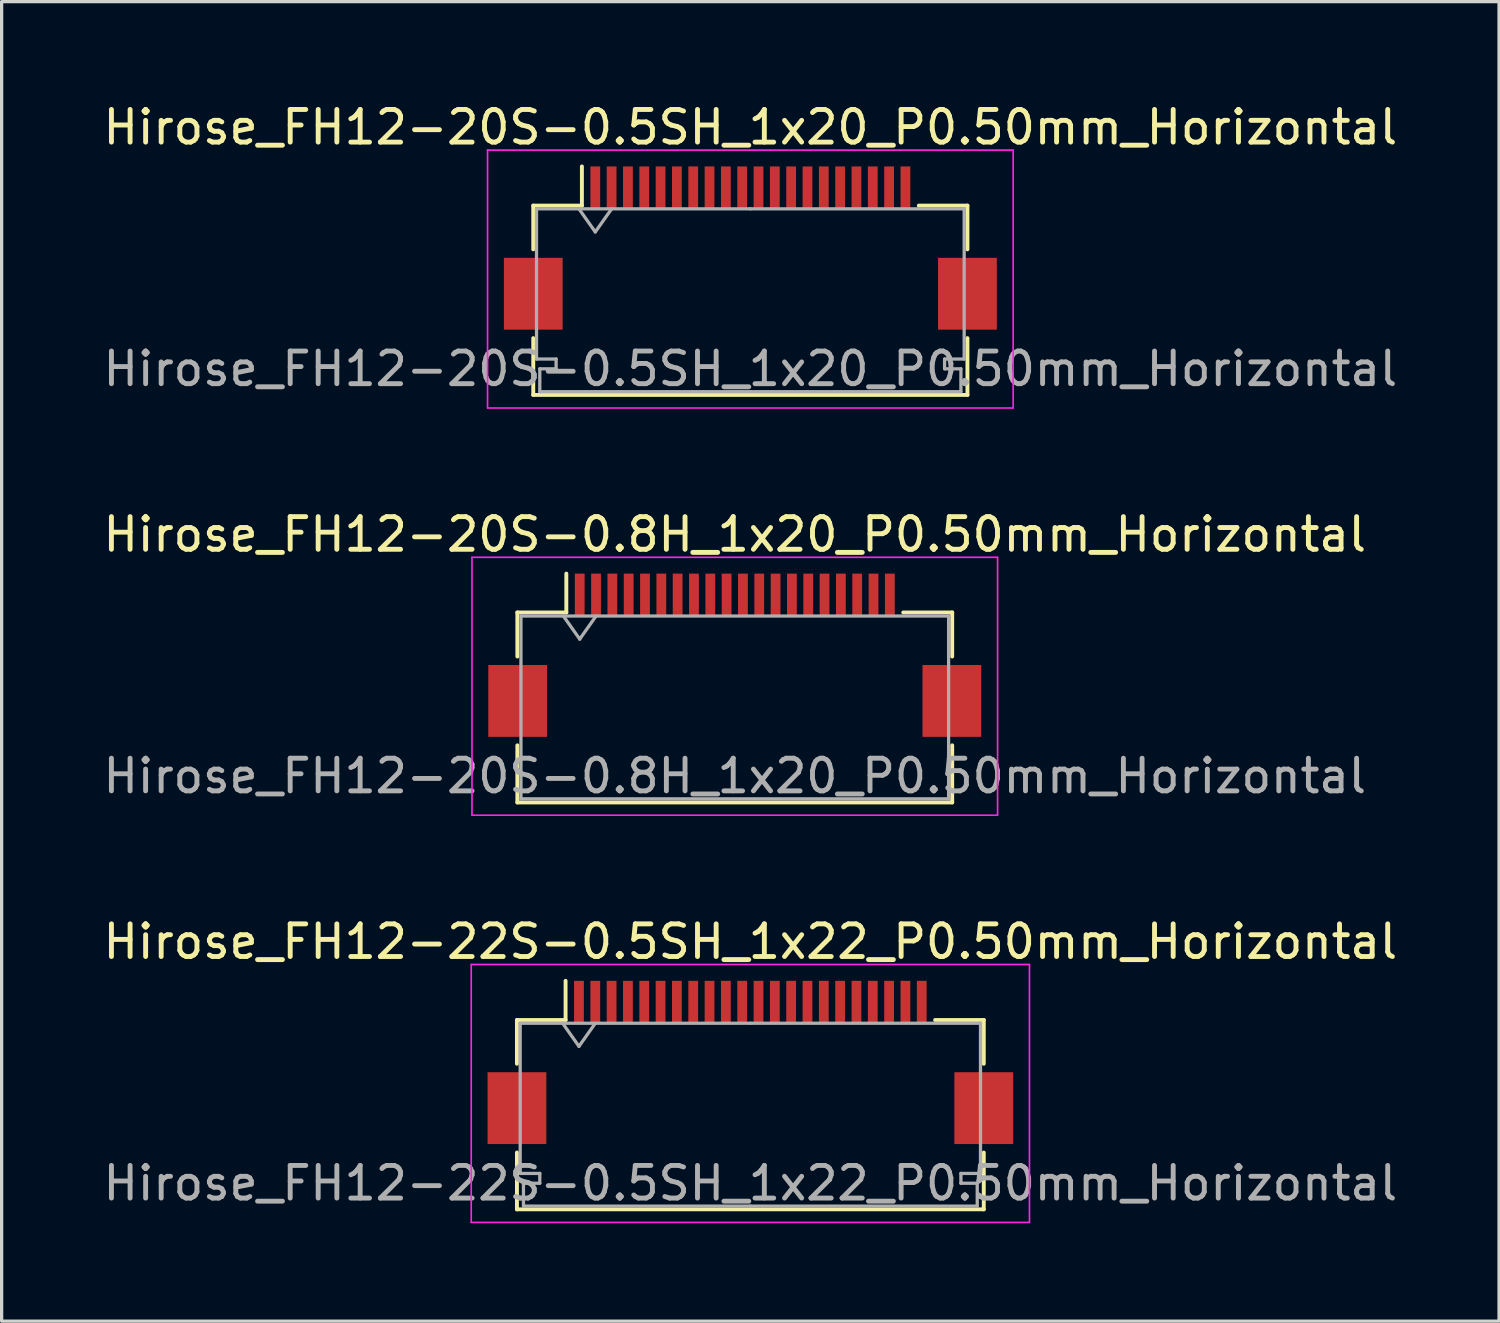
<source format=kicad_pcb>
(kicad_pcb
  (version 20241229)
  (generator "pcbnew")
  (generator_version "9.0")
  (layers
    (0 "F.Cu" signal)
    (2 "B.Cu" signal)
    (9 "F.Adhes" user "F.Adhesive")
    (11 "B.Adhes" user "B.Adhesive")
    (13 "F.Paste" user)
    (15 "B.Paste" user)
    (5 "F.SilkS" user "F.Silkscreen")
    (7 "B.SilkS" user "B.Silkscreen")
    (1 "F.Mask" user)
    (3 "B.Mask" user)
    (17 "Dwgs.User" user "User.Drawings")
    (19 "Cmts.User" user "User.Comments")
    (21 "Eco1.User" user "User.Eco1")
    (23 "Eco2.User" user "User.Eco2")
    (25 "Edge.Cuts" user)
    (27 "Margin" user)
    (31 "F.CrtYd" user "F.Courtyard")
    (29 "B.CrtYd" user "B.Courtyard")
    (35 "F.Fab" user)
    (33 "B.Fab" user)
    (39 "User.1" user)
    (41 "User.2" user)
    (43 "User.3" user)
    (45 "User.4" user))
  (footprint "Hirose_FH12-20S-0.8H_1x20_P0.50mm_Horizontal"
    (layer "F.Cu")
    (at 19.458 17.021)
    (property "Reference" "Hirose_FH12-20S-0.8H_1x20_P0.50mm_Horizontal" (at 0 -3.7 0) (layer "F.SilkS") (effects (font (size 1 1) (thickness 0.15))))
    (attr smd)
    (fp_line (start -6.66 -1.31) (end -5.16 -1.31) (stroke (width 0.12) (type solid)) (layer "F.SilkS"))
    (fp_line (start -6.66 0.04) (end -6.66 -1.31) (stroke (width 0.12) (type solid)) (layer "F.SilkS"))
    (fp_line (start -6.66 2.76) (end -6.66 4.51) (stroke (width 0.12) (type solid)) (layer "F.SilkS"))
    (fp_line (start -6.66 4.51) (end 6.66 4.51) (stroke (width 0.12) (type solid)) (layer "F.SilkS"))
    (fp_line (start -5.16 -1.31) (end -5.16 -2.5) (stroke (width 0.12) (type solid)) (layer "F.SilkS"))
    (fp_line (start 6.66 -1.31) (end 5.16 -1.31) (stroke (width 0.12) (type solid)) (layer "F.SilkS"))
    (fp_line (start 6.66 0.04) (end 6.66 -1.31) (stroke (width 0.12) (type solid)) (layer "F.SilkS"))
    (fp_line (start 6.66 4.51) (end 6.66 2.76) (stroke (width 0.12) (type solid)) (layer "F.SilkS"))
    (fp_line (start -8.05 -3) (end -8.05 4.9) (stroke (width 0.05) (type solid)) (layer "F.CrtYd"))
    (fp_line (start -8.05 4.9) (end 8.05 4.9) (stroke (width 0.05) (type solid)) (layer "F.CrtYd"))
    (fp_line (start 8.05 -3) (end -8.05 -3) (stroke (width 0.05) (type solid)) (layer "F.CrtYd"))
    (fp_line (start 8.05 4.9) (end 8.05 -3) (stroke (width 0.05) (type solid)) (layer "F.CrtYd"))
    (fp_line (start -6.55 -1.2) (end -6.55 4.4) (stroke (width 0.1) (type solid)) (layer "F.Fab"))
    (fp_line (start -6.55 -1.2) (end 6.55 -1.2) (stroke (width 0.1) (type solid)) (layer "F.Fab"))
    (fp_line (start -6.55 4.4) (end 6.55 4.4) (stroke (width 0.1) (type solid)) (layer "F.Fab"))
    (fp_line (start -5.25 -1.2) (end -4.75 -0.493) (stroke (width 0.1) (type solid)) (layer "F.Fab"))
    (fp_line (start -4.75 -0.493) (end -4.25 -1.2) (stroke (width 0.1) (type solid)) (layer "F.Fab"))
    (fp_line (start 6.55 -1.2) (end 6.55 4.4) (stroke (width 0.1) (type solid)) (layer "F.Fab"))
    (fp_text user "${REFERENCE}" (at 0 3.7 0) (layer "F.Fab") (effects (font (size 1 1) (thickness 0.15))))
    (pad "" smd rect (at -6.65 1.4) (size 1.8 2.2) (layers "F.Cu" "F.Mask" "F.Paste"))
    (pad "" smd rect (at 6.65 1.4) (size 1.8 2.2) (layers "F.Cu" "F.Mask" "F.Paste"))
    (pad "1" smd rect (at -4.75 -1.85) (size 0.3 1.3) (layers "F.Cu" "F.Mask" "F.Paste"))
    (pad "2" smd rect (at -4.25 -1.85) (size 0.3 1.3) (layers "F.Cu" "F.Mask" "F.Paste"))
    (pad "3" smd rect (at -3.75 -1.85) (size 0.3 1.3) (layers "F.Cu" "F.Mask" "F.Paste"))
    (pad "4" smd rect (at -3.25 -1.85) (size 0.3 1.3) (layers "F.Cu" "F.Mask" "F.Paste"))
    (pad "5" smd rect (at -2.75 -1.85) (size 0.3 1.3) (layers "F.Cu" "F.Mask" "F.Paste"))
    (pad "6" smd rect (at -2.25 -1.85) (size 0.3 1.3) (layers "F.Cu" "F.Mask" "F.Paste"))
    (pad "7" smd rect (at -1.75 -1.85) (size 0.3 1.3) (layers "F.Cu" "F.Mask" "F.Paste"))
    (pad "8" smd rect (at -1.25 -1.85) (size 0.3 1.3) (layers "F.Cu" "F.Mask" "F.Paste"))
    (pad "9" smd rect (at -0.75 -1.85) (size 0.3 1.3) (layers "F.Cu" "F.Mask" "F.Paste"))
    (pad "10" smd rect (at -0.25 -1.85) (size 0.3 1.3) (layers "F.Cu" "F.Mask" "F.Paste"))
    (pad "11" smd rect (at 0.25 -1.85) (size 0.3 1.3) (layers "F.Cu" "F.Mask" "F.Paste"))
    (pad "12" smd rect (at 0.75 -1.85) (size 0.3 1.3) (layers "F.Cu" "F.Mask" "F.Paste"))
    (pad "13" smd rect (at 1.25 -1.85) (size 0.3 1.3) (layers "F.Cu" "F.Mask" "F.Paste"))
    (pad "14" smd rect (at 1.75 -1.85) (size 0.3 1.3) (layers "F.Cu" "F.Mask" "F.Paste"))
    (pad "15" smd rect (at 2.25 -1.85) (size 0.3 1.3) (layers "F.Cu" "F.Mask" "F.Paste"))
    (pad "16" smd rect (at 2.75 -1.85) (size 0.3 1.3) (layers "F.Cu" "F.Mask" "F.Paste"))
    (pad "17" smd rect (at 3.25 -1.85) (size 0.3 1.3) (layers "F.Cu" "F.Mask" "F.Paste"))
    (pad "18" smd rect (at 3.75 -1.85) (size 0.3 1.3) (layers "F.Cu" "F.Mask" "F.Paste"))
    (pad "19" smd rect (at 4.25 -1.85) (size 0.3 1.3) (layers "F.Cu" "F.Mask" "F.Paste"))
    (pad "20" smd rect (at 4.75 -1.85) (size 0.3 1.3) (layers "F.Cu" "F.Mask" "F.Paste")))
  (footprint "Hirose_FH12-22S-0.5SH_1x22_P0.50mm_Horizontal"
    (layer "F.Cu")
    (at 19.935 29.495)
    (property "Reference" "Hirose_FH12-22S-0.5SH_1x22_P0.50mm_Horizontal" (at 0 -3.7 0) (layer "F.SilkS") (effects (font (size 1 1) (thickness 0.15))))
    (attr smd)
    (fp_line (start -7.15 -1.3) (end -7.15 0.04) (stroke (width 0.12) (type solid)) (layer "F.SilkS"))
    (fp_line (start -7.15 2.76) (end -7.15 4.5) (stroke (width 0.12) (type solid)) (layer "F.SilkS"))
    (fp_line (start -7.15 4.5) (end 7.15 4.5) (stroke (width 0.12) (type solid)) (layer "F.SilkS"))
    (fp_line (start -5.66 -1.3) (end -7.15 -1.3) (stroke (width 0.12) (type solid)) (layer "F.SilkS"))
    (fp_line (start -5.66 -1.3) (end -5.66 -2.5) (stroke (width 0.12) (type solid)) (layer "F.SilkS"))
    (fp_line (start 5.66 -1.3) (end 7.15 -1.3) (stroke (width 0.12) (type solid)) (layer "F.SilkS"))
    (fp_line (start 7.15 -1.3) (end 7.15 0.04) (stroke (width 0.12) (type solid)) (layer "F.SilkS"))
    (fp_line (start 7.15 4.5) (end 7.15 2.76) (stroke (width 0.12) (type solid)) (layer "F.SilkS"))
    (fp_line (start -8.55 -3) (end -8.55 4.9) (stroke (width 0.05) (type solid)) (layer "F.CrtYd"))
    (fp_line (start -8.55 4.9) (end 8.55 4.9) (stroke (width 0.05) (type solid)) (layer "F.CrtYd"))
    (fp_line (start 8.55 -3) (end -8.55 -3) (stroke (width 0.05) (type solid)) (layer "F.CrtYd"))
    (fp_line (start 8.55 4.9) (end 8.55 -3) (stroke (width 0.05) (type solid)) (layer "F.CrtYd"))
    (fp_line (start -7.05 -1.2) (end -7.05 3.4) (stroke (width 0.1) (type solid)) (layer "F.Fab"))
    (fp_line (start -7.05 3.4) (end -6.45 3.4) (stroke (width 0.1) (type solid)) (layer "F.Fab"))
    (fp_line (start -6.95 3.7) (end -6.95 4.4) (stroke (width 0.1) (type solid)) (layer "F.Fab"))
    (fp_line (start -6.95 4.4) (end 0 4.4) (stroke (width 0.1) (type solid)) (layer "F.Fab"))
    (fp_line (start -6.45 3.4) (end -6.45 3.7) (stroke (width 0.1) (type solid)) (layer "F.Fab"))
    (fp_line (start -6.45 3.7) (end -6.95 3.7) (stroke (width 0.1) (type solid)) (layer "F.Fab"))
    (fp_line (start -5.75 -1.2) (end -5.25 -0.493) (stroke (width 0.1) (type solid)) (layer "F.Fab"))
    (fp_line (start -5.25 -0.493) (end -4.75 -1.2) (stroke (width 0.1) (type solid)) (layer "F.Fab"))
    (fp_line (start 0 -1.2) (end -7.05 -1.2) (stroke (width 0.1) (type solid)) (layer "F.Fab"))
    (fp_line (start 0 -1.2) (end 7.05 -1.2) (stroke (width 0.1) (type solid)) (layer "F.Fab"))
    (fp_line (start 6.45 3.4) (end 6.45 3.7) (stroke (width 0.1) (type solid)) (layer "F.Fab"))
    (fp_line (start 6.45 3.7) (end 6.95 3.7) (stroke (width 0.1) (type solid)) (layer "F.Fab"))
    (fp_line (start 6.95 3.7) (end 6.95 4.4) (stroke (width 0.1) (type solid)) (layer "F.Fab"))
    (fp_line (start 6.95 4.4) (end 0 4.4) (stroke (width 0.1) (type solid)) (layer "F.Fab"))
    (fp_line (start 7.05 -1.2) (end 7.05 3.4) (stroke (width 0.1) (type solid)) (layer "F.Fab"))
    (fp_line (start 7.05 3.4) (end 6.45 3.4) (stroke (width 0.1) (type solid)) (layer "F.Fab"))
    (fp_text user "${REFERENCE}" (at 0 3.7 0) (layer "F.Fab") (effects (font (size 1 1) (thickness 0.15))))
    (pad "" smd rect (at -7.15 1.4) (size 1.8 2.2) (layers "F.Cu" "F.Mask" "F.Paste"))
    (pad "" smd rect (at 7.15 1.4) (size 1.8 2.2) (layers "F.Cu" "F.Mask" "F.Paste"))
    (pad "1" smd rect (at -5.25 -1.85) (size 0.3 1.3) (layers "F.Cu" "F.Mask" "F.Paste"))
    (pad "2" smd rect (at -4.75 -1.85) (size 0.3 1.3) (layers "F.Cu" "F.Mask" "F.Paste"))
    (pad "3" smd rect (at -4.25 -1.85) (size 0.3 1.3) (layers "F.Cu" "F.Mask" "F.Paste"))
    (pad "4" smd rect (at -3.75 -1.85) (size 0.3 1.3) (layers "F.Cu" "F.Mask" "F.Paste"))
    (pad "5" smd rect (at -3.25 -1.85) (size 0.3 1.3) (layers "F.Cu" "F.Mask" "F.Paste"))
    (pad "6" smd rect (at -2.75 -1.85) (size 0.3 1.3) (layers "F.Cu" "F.Mask" "F.Paste"))
    (pad "7" smd rect (at -2.25 -1.85) (size 0.3 1.3) (layers "F.Cu" "F.Mask" "F.Paste"))
    (pad "8" smd rect (at -1.75 -1.85) (size 0.3 1.3) (layers "F.Cu" "F.Mask" "F.Paste"))
    (pad "9" smd rect (at -1.25 -1.85) (size 0.3 1.3) (layers "F.Cu" "F.Mask" "F.Paste"))
    (pad "10" smd rect (at -0.75 -1.85) (size 0.3 1.3) (layers "F.Cu" "F.Mask" "F.Paste"))
    (pad "11" smd rect (at -0.25 -1.85) (size 0.3 1.3) (layers "F.Cu" "F.Mask" "F.Paste"))
    (pad "12" smd rect (at 0.25 -1.85) (size 0.3 1.3) (layers "F.Cu" "F.Mask" "F.Paste"))
    (pad "13" smd rect (at 0.75 -1.85) (size 0.3 1.3) (layers "F.Cu" "F.Mask" "F.Paste"))
    (pad "14" smd rect (at 1.25 -1.85) (size 0.3 1.3) (layers "F.Cu" "F.Mask" "F.Paste"))
    (pad "15" smd rect (at 1.75 -1.85) (size 0.3 1.3) (layers "F.Cu" "F.Mask" "F.Paste"))
    (pad "16" smd rect (at 2.25 -1.85) (size 0.3 1.3) (layers "F.Cu" "F.Mask" "F.Paste"))
    (pad "17" smd rect (at 2.75 -1.85) (size 0.3 1.3) (layers "F.Cu" "F.Mask" "F.Paste"))
    (pad "18" smd rect (at 3.25 -1.85) (size 0.3 1.3) (layers "F.Cu" "F.Mask" "F.Paste"))
    (pad "19" smd rect (at 3.75 -1.85) (size 0.3 1.3) (layers "F.Cu" "F.Mask" "F.Paste"))
    (pad "20" smd rect (at 4.25 -1.85) (size 0.3 1.3) (layers "F.Cu" "F.Mask" "F.Paste"))
    (pad "21" smd rect (at 4.75 -1.85) (size 0.3 1.3) (layers "F.Cu" "F.Mask" "F.Paste"))
    (pad "22" smd rect (at 5.25 -1.85) (size 0.3 1.3) (layers "F.Cu" "F.Mask" "F.Paste")))
  (footprint "Hirose_FH12-20S-0.5SH_1x20_P0.50mm_Horizontal"
    (layer "F.Cu")
    (at 19.935 4.548)
    (property "Reference" "Hirose_FH12-20S-0.5SH_1x20_P0.50mm_Horizontal" (at 0 -3.7 0) (layer "F.SilkS") (effects (font (size 1 1) (thickness 0.15))))
    (attr smd)
    (fp_line (start -6.65 -1.3) (end -6.65 0.04) (stroke (width 0.12) (type solid)) (layer "F.SilkS"))
    (fp_line (start -6.65 2.76) (end -6.65 4.5) (stroke (width 0.12) (type solid)) (layer "F.SilkS"))
    (fp_line (start -6.65 4.5) (end 6.65 4.5) (stroke (width 0.12) (type solid)) (layer "F.SilkS"))
    (fp_line (start -5.16 -1.3) (end -6.65 -1.3) (stroke (width 0.12) (type solid)) (layer "F.SilkS"))
    (fp_line (start -5.16 -1.3) (end -5.16 -2.5) (stroke (width 0.12) (type solid)) (layer "F.SilkS"))
    (fp_line (start 5.16 -1.3) (end 6.65 -1.3) (stroke (width 0.12) (type solid)) (layer "F.SilkS"))
    (fp_line (start 6.65 -1.3) (end 6.65 0.04) (stroke (width 0.12) (type solid)) (layer "F.SilkS"))
    (fp_line (start 6.65 4.5) (end 6.65 2.76) (stroke (width 0.12) (type solid)) (layer "F.SilkS"))
    (fp_line (start -8.05 -3) (end -8.05 4.9) (stroke (width 0.05) (type solid)) (layer "F.CrtYd"))
    (fp_line (start -8.05 4.9) (end 8.05 4.9) (stroke (width 0.05) (type solid)) (layer "F.CrtYd"))
    (fp_line (start 8.05 -3) (end -8.05 -3) (stroke (width 0.05) (type solid)) (layer "F.CrtYd"))
    (fp_line (start 8.05 4.9) (end 8.05 -3) (stroke (width 0.05) (type solid)) (layer "F.CrtYd"))
    (fp_line (start -6.55 -1.2) (end -6.55 3.4) (stroke (width 0.1) (type solid)) (layer "F.Fab"))
    (fp_line (start -6.55 3.4) (end -5.95 3.4) (stroke (width 0.1) (type solid)) (layer "F.Fab"))
    (fp_line (start -6.45 3.7) (end -6.45 4.4) (stroke (width 0.1) (type solid)) (layer "F.Fab"))
    (fp_line (start -6.45 4.4) (end 0 4.4) (stroke (width 0.1) (type solid)) (layer "F.Fab"))
    (fp_line (start -5.95 3.4) (end -5.95 3.7) (stroke (width 0.1) (type solid)) (layer "F.Fab"))
    (fp_line (start -5.95 3.7) (end -6.45 3.7) (stroke (width 0.1) (type solid)) (layer "F.Fab"))
    (fp_line (start -5.25 -1.2) (end -4.75 -0.493) (stroke (width 0.1) (type solid)) (layer "F.Fab"))
    (fp_line (start -4.75 -0.493) (end -4.25 -1.2) (stroke (width 0.1) (type solid)) (layer "F.Fab"))
    (fp_line (start 0 -1.2) (end -6.55 -1.2) (stroke (width 0.1) (type solid)) (layer "F.Fab"))
    (fp_line (start 0 -1.2) (end 6.55 -1.2) (stroke (width 0.1) (type solid)) (layer "F.Fab"))
    (fp_line (start 5.95 3.4) (end 5.95 3.7) (stroke (width 0.1) (type solid)) (layer "F.Fab"))
    (fp_line (start 5.95 3.7) (end 6.45 3.7) (stroke (width 0.1) (type solid)) (layer "F.Fab"))
    (fp_line (start 6.45 3.7) (end 6.45 4.4) (stroke (width 0.1) (type solid)) (layer "F.Fab"))
    (fp_line (start 6.45 4.4) (end 0 4.4) (stroke (width 0.1) (type solid)) (layer "F.Fab"))
    (fp_line (start 6.55 -1.2) (end 6.55 3.4) (stroke (width 0.1) (type solid)) (layer "F.Fab"))
    (fp_line (start 6.55 3.4) (end 5.95 3.4) (stroke (width 0.1) (type solid)) (layer "F.Fab"))
    (fp_text user "${REFERENCE}" (at 0 3.7 0) (layer "F.Fab") (effects (font (size 1 1) (thickness 0.15))))
    (pad "" smd rect (at -6.65 1.4) (size 1.8 2.2) (layers "F.Cu" "F.Mask" "F.Paste"))
    (pad "" smd rect (at 6.65 1.4) (size 1.8 2.2) (layers "F.Cu" "F.Mask" "F.Paste"))
    (pad "1" smd rect (at -4.75 -1.85) (size 0.3 1.3) (layers "F.Cu" "F.Mask" "F.Paste"))
    (pad "2" smd rect (at -4.25 -1.85) (size 0.3 1.3) (layers "F.Cu" "F.Mask" "F.Paste"))
    (pad "3" smd rect (at -3.75 -1.85) (size 0.3 1.3) (layers "F.Cu" "F.Mask" "F.Paste"))
    (pad "4" smd rect (at -3.25 -1.85) (size 0.3 1.3) (layers "F.Cu" "F.Mask" "F.Paste"))
    (pad "5" smd rect (at -2.75 -1.85) (size 0.3 1.3) (layers "F.Cu" "F.Mask" "F.Paste"))
    (pad "6" smd rect (at -2.25 -1.85) (size 0.3 1.3) (layers "F.Cu" "F.Mask" "F.Paste"))
    (pad "7" smd rect (at -1.75 -1.85) (size 0.3 1.3) (layers "F.Cu" "F.Mask" "F.Paste"))
    (pad "8" smd rect (at -1.25 -1.85) (size 0.3 1.3) (layers "F.Cu" "F.Mask" "F.Paste"))
    (pad "9" smd rect (at -0.75 -1.85) (size 0.3 1.3) (layers "F.Cu" "F.Mask" "F.Paste"))
    (pad "10" smd rect (at -0.25 -1.85) (size 0.3 1.3) (layers "F.Cu" "F.Mask" "F.Paste"))
    (pad "11" smd rect (at 0.25 -1.85) (size 0.3 1.3) (layers "F.Cu" "F.Mask" "F.Paste"))
    (pad "12" smd rect (at 0.75 -1.85) (size 0.3 1.3) (layers "F.Cu" "F.Mask" "F.Paste"))
    (pad "13" smd rect (at 1.25 -1.85) (size 0.3 1.3) (layers "F.Cu" "F.Mask" "F.Paste"))
    (pad "14" smd rect (at 1.75 -1.85) (size 0.3 1.3) (layers "F.Cu" "F.Mask" "F.Paste"))
    (pad "15" smd rect (at 2.25 -1.85) (size 0.3 1.3) (layers "F.Cu" "F.Mask" "F.Paste"))
    (pad "16" smd rect (at 2.75 -1.85) (size 0.3 1.3) (layers "F.Cu" "F.Mask" "F.Paste"))
    (pad "17" smd rect (at 3.25 -1.85) (size 0.3 1.3) (layers "F.Cu" "F.Mask" "F.Paste"))
    (pad "18" smd rect (at 3.75 -1.85) (size 0.3 1.3) (layers "F.Cu" "F.Mask" "F.Paste"))
    (pad "19" smd rect (at 4.25 -1.85) (size 0.3 1.3) (layers "F.Cu" "F.Mask" "F.Paste"))
    (pad "20" smd rect (at 4.75 -1.85) (size 0.3 1.3) (layers "F.Cu" "F.Mask" "F.Paste")))
  (gr_rect
    (start -3 -3)
    (end 42.869 37.42)
    (stroke (width 0.1) (type default))
    (fill no)
    (layer "Edge.Cuts")))
</source>
